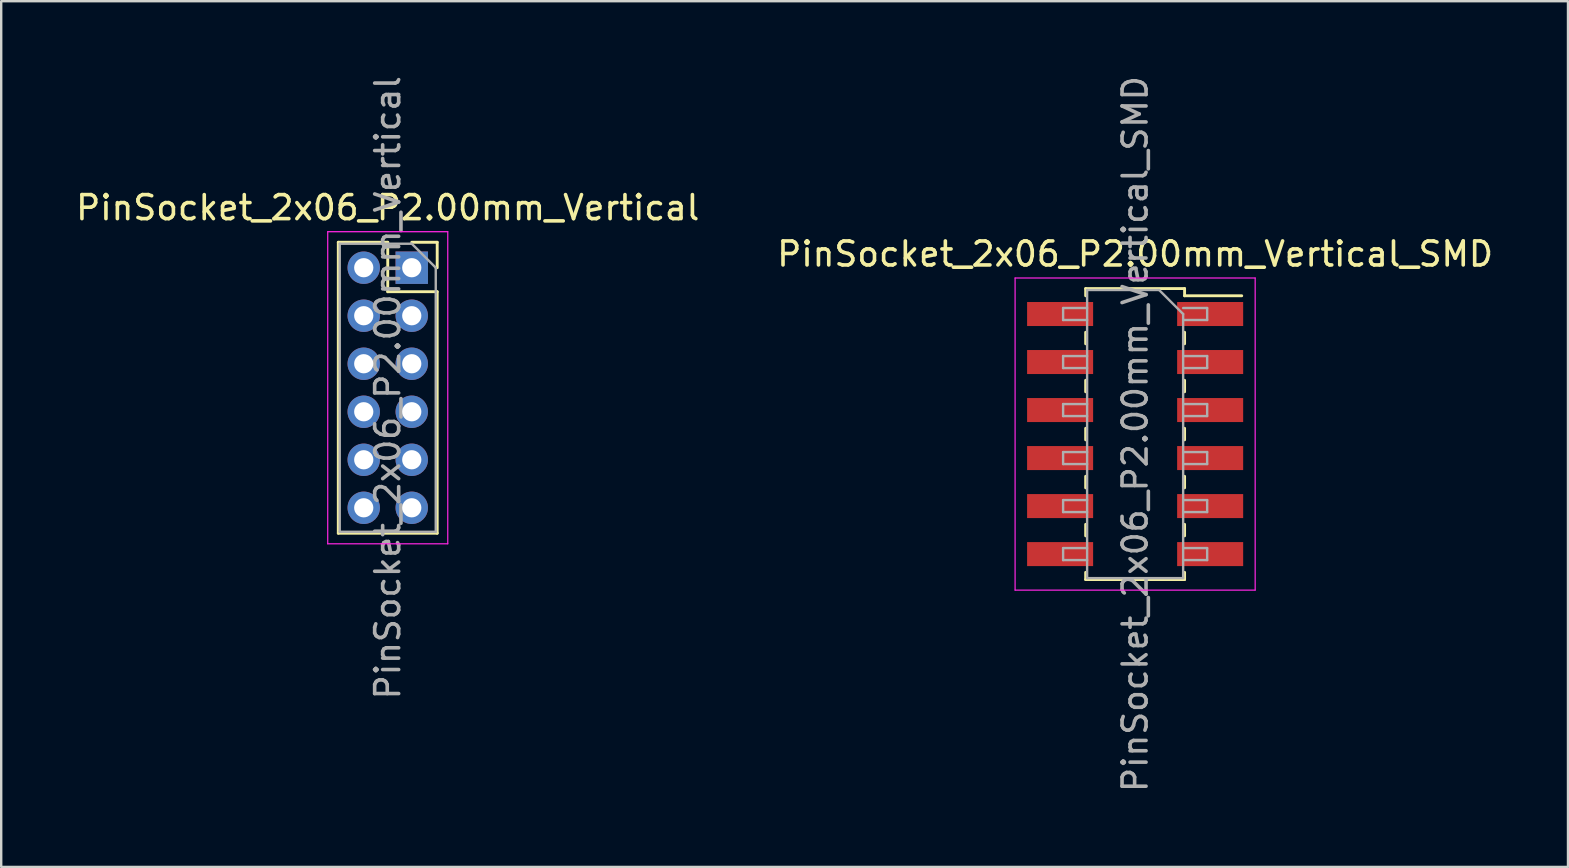
<source format=kicad_pcb>
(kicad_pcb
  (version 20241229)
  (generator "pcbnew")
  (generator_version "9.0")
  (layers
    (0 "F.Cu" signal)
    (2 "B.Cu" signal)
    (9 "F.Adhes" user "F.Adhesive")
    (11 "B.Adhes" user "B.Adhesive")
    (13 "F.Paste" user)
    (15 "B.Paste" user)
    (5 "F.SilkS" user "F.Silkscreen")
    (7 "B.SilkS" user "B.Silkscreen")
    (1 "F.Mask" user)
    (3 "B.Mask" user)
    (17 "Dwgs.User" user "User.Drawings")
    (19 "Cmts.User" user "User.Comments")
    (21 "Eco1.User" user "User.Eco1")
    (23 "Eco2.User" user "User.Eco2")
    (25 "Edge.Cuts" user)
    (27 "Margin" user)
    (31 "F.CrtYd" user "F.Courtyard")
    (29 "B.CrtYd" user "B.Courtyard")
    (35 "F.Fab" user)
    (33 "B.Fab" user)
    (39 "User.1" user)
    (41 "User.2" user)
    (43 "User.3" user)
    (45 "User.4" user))
  (footprint "PinSocket_2x06_P2.00mm_Vertical"
    (layer "F.Cu")
    (at 14.101 8.101)
    (property "Reference" "PinSocket_2x06_P2.00mm_Vertical" (at -1 -2.5 0) (layer "F.SilkS") (effects (font (size 1 1) (thickness 0.15))))
    (attr through_hole)
    (fp_line (start -3.06 -1.06) (end -3.06 11.06) (stroke (width 0.12) (type solid)) (layer "F.SilkS"))
    (fp_line (start -3.06 -1.06) (end -1 -1.06) (stroke (width 0.12) (type solid)) (layer "F.SilkS"))
    (fp_line (start -3.06 11.06) (end 1.06 11.06) (stroke (width 0.12) (type solid)) (layer "F.SilkS"))
    (fp_line (start -1 -1.06) (end -1 1) (stroke (width 0.12) (type solid)) (layer "F.SilkS"))
    (fp_line (start -1 1) (end 1.06 1) (stroke (width 0.12) (type solid)) (layer "F.SilkS"))
    (fp_line (start 0 -1.06) (end 1.06 -1.06) (stroke (width 0.12) (type solid)) (layer "F.SilkS"))
    (fp_line (start 1.06 -1.06) (end 1.06 0) (stroke (width 0.12) (type solid)) (layer "F.SilkS"))
    (fp_line (start 1.06 1) (end 1.06 11.06) (stroke (width 0.12) (type solid)) (layer "F.SilkS"))
    (fp_line (start -3.5 -1.5) (end 1.5 -1.5) (stroke (width 0.05) (type solid)) (layer "F.CrtYd"))
    (fp_line (start -3.5 11.5) (end -3.5 -1.5) (stroke (width 0.05) (type solid)) (layer "F.CrtYd"))
    (fp_line (start 1.5 -1.5) (end 1.5 11.5) (stroke (width 0.05) (type solid)) (layer "F.CrtYd"))
    (fp_line (start 1.5 11.5) (end -3.5 11.5) (stroke (width 0.05) (type solid)) (layer "F.CrtYd"))
    (fp_line (start -3 -1) (end 0 -1) (stroke (width 0.1) (type solid)) (layer "F.Fab"))
    (fp_line (start -3 11) (end -3 -1) (stroke (width 0.1) (type solid)) (layer "F.Fab"))
    (fp_line (start 0 -1) (end 1 0) (stroke (width 0.1) (type solid)) (layer "F.Fab"))
    (fp_line (start 1 0) (end 1 11) (stroke (width 0.1) (type solid)) (layer "F.Fab"))
    (fp_line (start 1 11) (end -3 11) (stroke (width 0.1) (type solid)) (layer "F.Fab"))
    (fp_text user "${REFERENCE}" (at -1 5 90) (layer "F.Fab") (effects (font (size 1 1) (thickness 0.15))))
    (pad "1" thru_hole rect (at 0 0) (size 1.35 1.35) (drill 0.8) (layers "*.Cu" "*.Mask"))
    (pad "2" thru_hole oval (at -2 0) (size 1.35 1.35) (drill 0.8) (layers "*.Cu" "*.Mask"))
    (pad "3" thru_hole oval (at 0 2) (size 1.35 1.35) (drill 0.8) (layers "*.Cu" "*.Mask"))
    (pad "4" thru_hole oval (at -2 2) (size 1.35 1.35) (drill 0.8) (layers "*.Cu" "*.Mask"))
    (pad "5" thru_hole oval (at 0 4) (size 1.35 1.35) (drill 0.8) (layers "*.Cu" "*.Mask"))
    (pad "6" thru_hole oval (at -2 4) (size 1.35 1.35) (drill 0.8) (layers "*.Cu" "*.Mask"))
    (pad "7" thru_hole oval (at 0 6) (size 1.35 1.35) (drill 0.8) (layers "*.Cu" "*.Mask"))
    (pad "8" thru_hole oval (at -2 6) (size 1.35 1.35) (drill 0.8) (layers "*.Cu" "*.Mask"))
    (pad "9" thru_hole oval (at 0 8) (size 1.35 1.35) (drill 0.8) (layers "*.Cu" "*.Mask"))
    (pad "10" thru_hole oval (at -2 8) (size 1.35 1.35) (drill 0.8) (layers "*.Cu" "*.Mask"))
    (pad "11" thru_hole oval (at 0 10) (size 1.35 1.35) (drill 0.8) (layers "*.Cu" "*.Mask"))
    (pad "12" thru_hole oval (at -2 10) (size 1.35 1.35) (drill 0.8) (layers "*.Cu" "*.Mask")))
  (footprint "PinSocket_2x06_P2.00mm_Vertical_SMD"
    (layer "F.Cu")
    (at 44.232 15.03)
    (property "Reference" "PinSocket_2x06_P2.00mm_Vertical_SMD" (at 0 -7.5 0) (layer "F.SilkS") (effects (font (size 1 1) (thickness 0.15))))
    (attr smd)
    (fp_line (start -2.06 -6.06) (end -2.06 -5.76) (stroke (width 0.12) (type solid)) (layer "F.SilkS"))
    (fp_line (start -2.06 -6.06) (end 2.06 -6.06) (stroke (width 0.12) (type solid)) (layer "F.SilkS"))
    (fp_line (start -2.06 -4.24) (end -2.06 -3.76) (stroke (width 0.12) (type solid)) (layer "F.SilkS"))
    (fp_line (start -2.06 -2.24) (end -2.06 -1.76) (stroke (width 0.12) (type solid)) (layer "F.SilkS"))
    (fp_line (start -2.06 -0.24) (end -2.06 0.24) (stroke (width 0.12) (type solid)) (layer "F.SilkS"))
    (fp_line (start -2.06 1.76) (end -2.06 2.24) (stroke (width 0.12) (type solid)) (layer "F.SilkS"))
    (fp_line (start -2.06 3.76) (end -2.06 4.24) (stroke (width 0.12) (type solid)) (layer "F.SilkS"))
    (fp_line (start -2.06 5.76) (end -2.06 6.06) (stroke (width 0.12) (type solid)) (layer "F.SilkS"))
    (fp_line (start -2.06 6.06) (end 2.06 6.06) (stroke (width 0.12) (type solid)) (layer "F.SilkS"))
    (fp_line (start 2.06 -6.06) (end 2.06 -5.76) (stroke (width 0.12) (type solid)) (layer "F.SilkS"))
    (fp_line (start 2.06 -5.76) (end 4.44 -5.76) (stroke (width 0.12) (type solid)) (layer "F.SilkS"))
    (fp_line (start 2.06 -4.24) (end 2.06 -3.76) (stroke (width 0.12) (type solid)) (layer "F.SilkS"))
    (fp_line (start 2.06 -2.24) (end 2.06 -1.76) (stroke (width 0.12) (type solid)) (layer "F.SilkS"))
    (fp_line (start 2.06 -0.24) (end 2.06 0.24) (stroke (width 0.12) (type solid)) (layer "F.SilkS"))
    (fp_line (start 2.06 1.76) (end 2.06 2.24) (stroke (width 0.12) (type solid)) (layer "F.SilkS"))
    (fp_line (start 2.06 3.76) (end 2.06 4.24) (stroke (width 0.12) (type solid)) (layer "F.SilkS"))
    (fp_line (start 2.06 5.76) (end 2.06 6.06) (stroke (width 0.12) (type solid)) (layer "F.SilkS"))
    (fp_line (start -5 -6.5) (end 5 -6.5) (stroke (width 0.05) (type solid)) (layer "F.CrtYd"))
    (fp_line (start -5 6.5) (end -5 -6.5) (stroke (width 0.05) (type solid)) (layer "F.CrtYd"))
    (fp_line (start 5 -6.5) (end 5 6.5) (stroke (width 0.05) (type solid)) (layer "F.CrtYd"))
    (fp_line (start 5 6.5) (end -5 6.5) (stroke (width 0.05) (type solid)) (layer "F.CrtYd"))
    (fp_line (start -3 -5.25) (end -2 -5.25) (stroke (width 0.1) (type solid)) (layer "F.Fab"))
    (fp_line (start -3 -4.75) (end -3 -5.25) (stroke (width 0.1) (type solid)) (layer "F.Fab"))
    (fp_line (start -3 -3.25) (end -2 -3.25) (stroke (width 0.1) (type solid)) (layer "F.Fab"))
    (fp_line (start -3 -2.75) (end -3 -3.25) (stroke (width 0.1) (type solid)) (layer "F.Fab"))
    (fp_line (start -3 -1.25) (end -2 -1.25) (stroke (width 0.1) (type solid)) (layer "F.Fab"))
    (fp_line (start -3 -0.75) (end -3 -1.25) (stroke (width 0.1) (type solid)) (layer "F.Fab"))
    (fp_line (start -3 0.75) (end -2 0.75) (stroke (width 0.1) (type solid)) (layer "F.Fab"))
    (fp_line (start -3 1.25) (end -3 0.75) (stroke (width 0.1) (type solid)) (layer "F.Fab"))
    (fp_line (start -3 2.75) (end -2 2.75) (stroke (width 0.1) (type solid)) (layer "F.Fab"))
    (fp_line (start -3 3.25) (end -3 2.75) (stroke (width 0.1) (type solid)) (layer "F.Fab"))
    (fp_line (start -3 4.75) (end -2 4.75) (stroke (width 0.1) (type solid)) (layer "F.Fab"))
    (fp_line (start -3 5.25) (end -3 4.75) (stroke (width 0.1) (type solid)) (layer "F.Fab"))
    (fp_line (start -2 -6) (end 1 -6) (stroke (width 0.1) (type solid)) (layer "F.Fab"))
    (fp_line (start -2 -4.75) (end -3 -4.75) (stroke (width 0.1) (type solid)) (layer "F.Fab"))
    (fp_line (start -2 -2.75) (end -3 -2.75) (stroke (width 0.1) (type solid)) (layer "F.Fab"))
    (fp_line (start -2 -0.75) (end -3 -0.75) (stroke (width 0.1) (type solid)) (layer "F.Fab"))
    (fp_line (start -2 1.25) (end -3 1.25) (stroke (width 0.1) (type solid)) (layer "F.Fab"))
    (fp_line (start -2 3.25) (end -3 3.25) (stroke (width 0.1) (type solid)) (layer "F.Fab"))
    (fp_line (start -2 5.25) (end -3 5.25) (stroke (width 0.1) (type solid)) (layer "F.Fab"))
    (fp_line (start -2 6) (end -2 -6) (stroke (width 0.1) (type solid)) (layer "F.Fab"))
    (fp_line (start 1 -6) (end 2 -5) (stroke (width 0.1) (type solid)) (layer "F.Fab"))
    (fp_line (start 2 -5.25) (end 3 -5.25) (stroke (width 0.1) (type solid)) (layer "F.Fab"))
    (fp_line (start 2 -5) (end 2 6) (stroke (width 0.1) (type solid)) (layer "F.Fab"))
    (fp_line (start 2 -3.25) (end 3 -3.25) (stroke (width 0.1) (type solid)) (layer "F.Fab"))
    (fp_line (start 2 -1.25) (end 3 -1.25) (stroke (width 0.1) (type solid)) (layer "F.Fab"))
    (fp_line (start 2 0.75) (end 3 0.75) (stroke (width 0.1) (type solid)) (layer "F.Fab"))
    (fp_line (start 2 2.75) (end 3 2.75) (stroke (width 0.1) (type solid)) (layer "F.Fab"))
    (fp_line (start 2 4.75) (end 3 4.75) (stroke (width 0.1) (type solid)) (layer "F.Fab"))
    (fp_line (start 2 6) (end -2 6) (stroke (width 0.1) (type solid)) (layer "F.Fab"))
    (fp_line (start 3 -5.25) (end 3 -4.75) (stroke (width 0.1) (type solid)) (layer "F.Fab"))
    (fp_line (start 3 -4.75) (end 2 -4.75) (stroke (width 0.1) (type solid)) (layer "F.Fab"))
    (fp_line (start 3 -3.25) (end 3 -2.75) (stroke (width 0.1) (type solid)) (layer "F.Fab"))
    (fp_line (start 3 -2.75) (end 2 -2.75) (stroke (width 0.1) (type solid)) (layer "F.Fab"))
    (fp_line (start 3 -1.25) (end 3 -0.75) (stroke (width 0.1) (type solid)) (layer "F.Fab"))
    (fp_line (start 3 -0.75) (end 2 -0.75) (stroke (width 0.1) (type solid)) (layer "F.Fab"))
    (fp_line (start 3 0.75) (end 3 1.25) (stroke (width 0.1) (type solid)) (layer "F.Fab"))
    (fp_line (start 3 1.25) (end 2 1.25) (stroke (width 0.1) (type solid)) (layer "F.Fab"))
    (fp_line (start 3 2.75) (end 3 3.25) (stroke (width 0.1) (type solid)) (layer "F.Fab"))
    (fp_line (start 3 3.25) (end 2 3.25) (stroke (width 0.1) (type solid)) (layer "F.Fab"))
    (fp_line (start 3 4.75) (end 3 5.25) (stroke (width 0.1) (type solid)) (layer "F.Fab"))
    (fp_line (start 3 5.25) (end 2 5.25) (stroke (width 0.1) (type solid)) (layer "F.Fab"))
    (fp_text user "${REFERENCE}" (at 0 0 90) (layer "F.Fab") (effects (font (size 1 1) (thickness 0.15))))
    (pad "1" smd rect (at 3.125 -5) (size 2.75 1) (layers "F.Cu" "F.Mask" "F.Paste"))
    (pad "2" smd rect (at -3.125 -5) (size 2.75 1) (layers "F.Cu" "F.Mask" "F.Paste"))
    (pad "3" smd rect (at 3.125 -3) (size 2.75 1) (layers "F.Cu" "F.Mask" "F.Paste"))
    (pad "4" smd rect (at -3.125 -3) (size 2.75 1) (layers "F.Cu" "F.Mask" "F.Paste"))
    (pad "5" smd rect (at 3.125 -1) (size 2.75 1) (layers "F.Cu" "F.Mask" "F.Paste"))
    (pad "6" smd rect (at -3.125 -1) (size 2.75 1) (layers "F.Cu" "F.Mask" "F.Paste"))
    (pad "7" smd rect (at 3.125 1) (size 2.75 1) (layers "F.Cu" "F.Mask" "F.Paste"))
    (pad "8" smd rect (at -3.125 1) (size 2.75 1) (layers "F.Cu" "F.Mask" "F.Paste"))
    (pad "9" smd rect (at 3.125 3) (size 2.75 1) (layers "F.Cu" "F.Mask" "F.Paste"))
    (pad "10" smd rect (at -3.125 3) (size 2.75 1) (layers "F.Cu" "F.Mask" "F.Paste"))
    (pad "11" smd rect (at 3.125 5) (size 2.75 1) (layers "F.Cu" "F.Mask" "F.Paste"))
    (pad "12" smd rect (at -3.125 5) (size 2.75 1) (layers "F.Cu" "F.Mask" "F.Paste")))
  (gr_rect
    (start -3 -3)
    (end 62.262 33.06)
    (stroke (width 0.1) (type default))
    (fill no)
    (layer "Edge.Cuts")))
</source>
